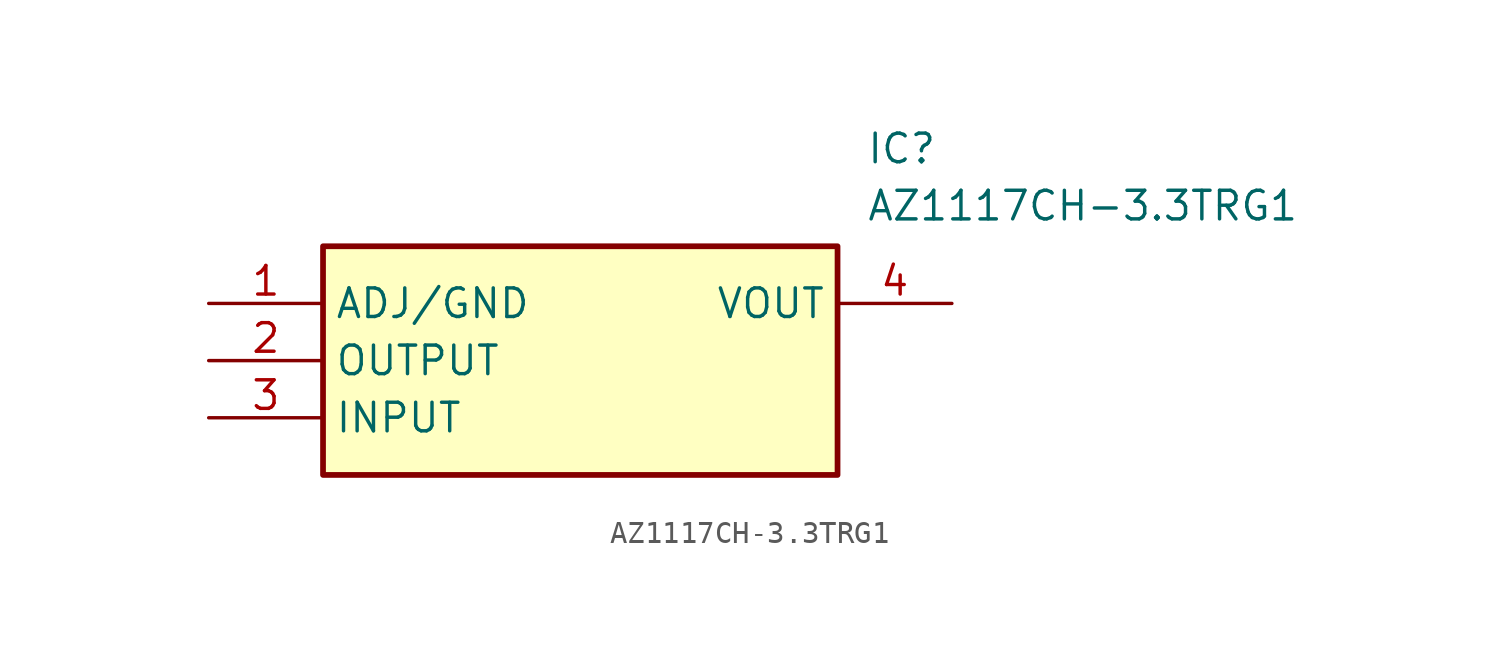
<source format=kicad_sym>
(kicad_symbol_lib
  (version 20220914)
  (generator SamacSys_ECAD_Model)
  (symbol "AZ1117CH-3.3TRG1"
    (property "Reference" "IC"
      (at 29.21 7.62 0)
      (effects (font (size 1.27 1.27)) (justify left top)))
    (property "Value" "AZ1117CH-3.3TRG1"
      (at 29.21 5.08 0)
      (effects (font (size 1.27 1.27)) (justify left top)))
    (rectangle
      (start 5.08 2.54)
      (end 27.94 -7.62)
      (stroke (width 0.254) (type default))
      (fill (type background)))
    (pin passive line
      (at 0 0 0)
      (length 5.08)
      (name "ADJ/GND" (effects (font (size 1.27 1.27))))
      (number "1" (effects (font (size 1.27 1.27)))))
    (pin passive line
      (at 0 -2.54 0)
      (length 5.08)
      (name "OUTPUT" (effects (font (size 1.27 1.27))))
      (number "2" (effects (font (size 1.27 1.27)))))
    (pin passive line
      (at 0 -5.08 0)
      (length 5.08)
      (name "INPUT" (effects (font (size 1.27 1.27))))
      (number "3" (effects (font (size 1.27 1.27)))))
    (pin passive line
      (at 33.02 0 180)
      (length 5.08)
      (name "VOUT" (effects (font (size 1.27 1.27))))
      (number "4" (effects (font (size 1.27 1.27)))))))
</source>
